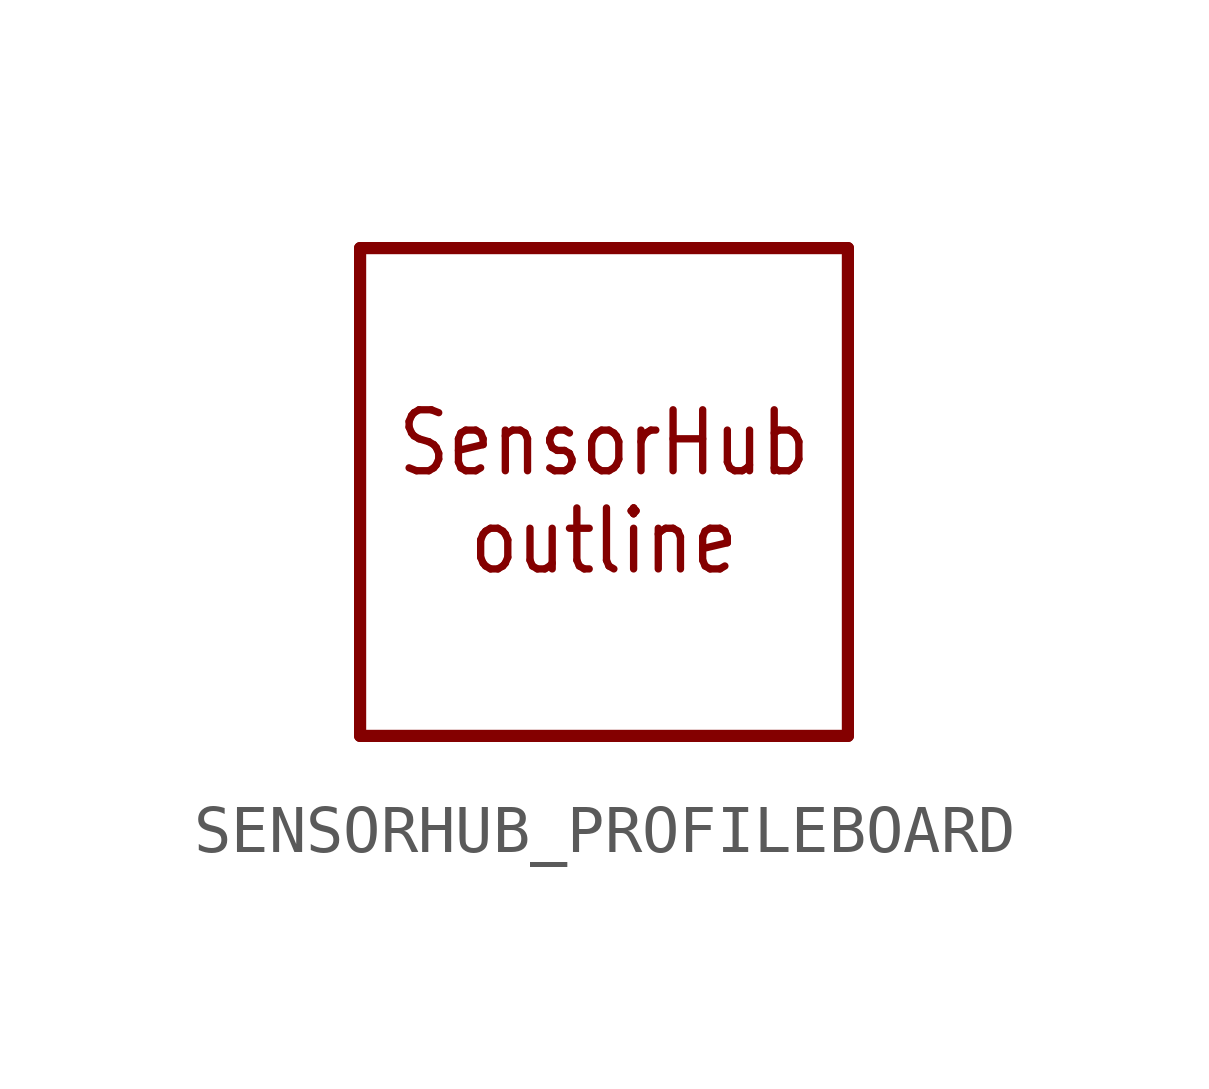
<source format=kicad_sym>
(kicad_symbol_lib
  (version 20241209)
  (generator "kicad_symbol_editor")
  (generator_version "9.0")
  (symbol "SENSORHUB_PROFILEBOARD"
    (property "Reference" ""
      (at 0 0 0)
      (effects (font (size 1.27 1.27)) (hide yes)))
    (property "ki_locked" ""
      (at 0 0 0)
      (effects (font (size 1.27 1.27))))
    (symbol "SENSORHUB_PROFILEBOARD_1_0"
      (polyline (pts (xy -5.08 5.08) (xy -5.08 -5.08)) (stroke (width 0.254) (type solid)) (fill (type none)))
      (polyline (pts (xy -5.08 -5.08) (xy 5.08 -5.08)) (stroke (width 0.254) (type solid)) (fill (type none)))
      (polyline (pts (xy 5.08 5.08) (xy -5.08 5.08)) (stroke (width 0.254) (type solid)) (fill (type none)))
      (polyline (pts (xy 5.08 -5.08) (xy 5.08 5.08)) (stroke (width 0.254) (type solid)) (fill (type none)))
      (text "SensorHub\noutline" (at 0 0 0) (effects (font (size 1.27 1.079)))))))
</source>
